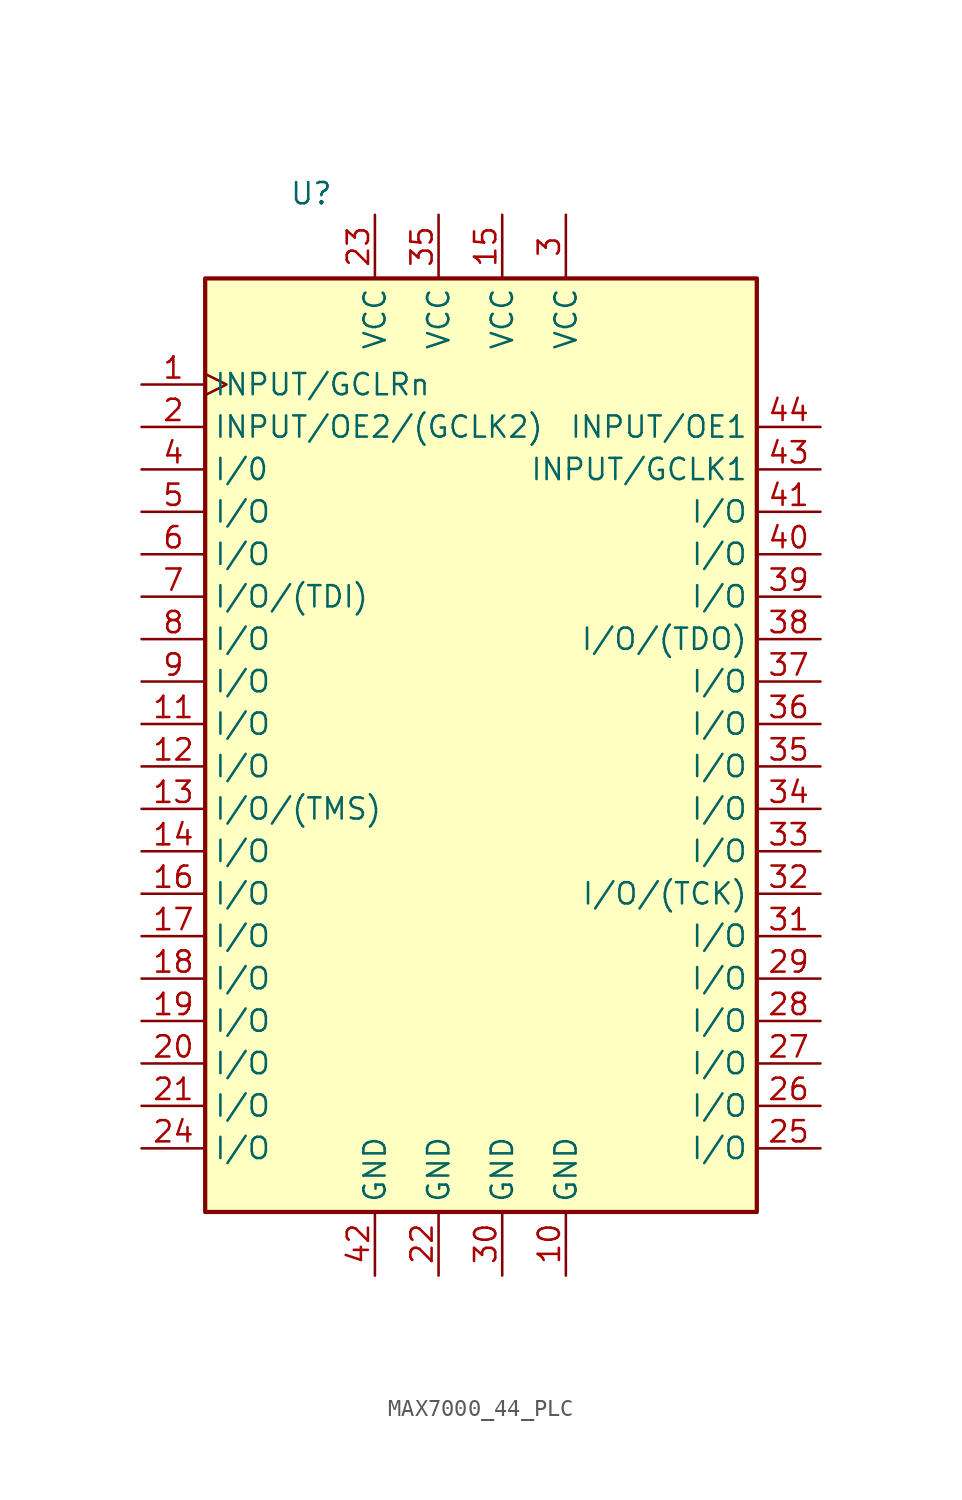
<source format=kicad_sym>
(kicad_symbol_lib
  (version 20220914)
  (generator kicad_symbol_editor)
  (symbol "MAX7000_44_PLC"
    (property "Reference" "U"
      (at -8.89 35.56 0)
      (effects (font (size 1.27 1.27))))
    (property "Value" ""
      (at 0 0 0)
      (effects (font (size 1.27 1.27))))
    (symbol "MAX7000_44_PLC_0_1"
      (rectangle (start -15.24 30.48) (end 17.78 -25.4) (stroke (width 0.254) (type default)) (fill (type background))))
    (symbol "MAX7000_44_PLC_1_1"
      (pin input clock (at -19.05 24.13 0) (length 3.81) (name "INPUT/GCLRn" (effects (font (size 1.27 1.27)))) (number "1" (effects (font (size 1.27 1.27)))))
      (pin power_in line (at 6.35 -29.21 90) (length 3.81) (name "GND" (effects (font (size 1.27 1.27)))) (number "10" (effects (font (size 1.27 1.27)))))
      (pin bidirectional line (at -19.05 3.81 0) (length 3.81) (name "I/O" (effects (font (size 1.27 1.27)))) (number "11" (effects (font (size 1.27 1.27)))))
      (pin bidirectional line (at -19.05 1.27 0) (length 3.81) (name "I/O" (effects (font (size 1.27 1.27)))) (number "12" (effects (font (size 1.27 1.27)))))
      (pin bidirectional line (at -19.05 -1.27 0) (length 3.81) (name "I/O/(TMS)" (effects (font (size 1.27 1.27)))) (number "13" (effects (font (size 1.27 1.27)))))
      (pin bidirectional line (at -19.05 -3.81 0) (length 3.81) (name "I/O" (effects (font (size 1.27 1.27)))) (number "14" (effects (font (size 1.27 1.27)))))
      (pin power_in line (at 2.54 34.29 270) (length 3.81) (name "VCC" (effects (font (size 1.27 1.27)))) (number "15" (effects (font (size 1.27 1.27)))))
      (pin bidirectional line (at -19.05 -6.35 0) (length 3.81) (name "I/O" (effects (font (size 1.27 1.27)))) (number "16" (effects (font (size 1.27 1.27)))))
      (pin bidirectional line (at -19.05 -8.89 0) (length 3.81) (name "I/O" (effects (font (size 1.27 1.27)))) (number "17" (effects (font (size 1.27 1.27)))))
      (pin bidirectional line (at -19.05 -11.43 0) (length 3.81) (name "I/O" (effects (font (size 1.27 1.27)))) (number "18" (effects (font (size 1.27 1.27)))))
      (pin bidirectional line (at -19.05 -13.97 0) (length 3.81) (name "I/O" (effects (font (size 1.27 1.27)))) (number "19" (effects (font (size 1.27 1.27)))))
      (pin input line (at -19.05 21.59 0) (length 3.81) (name "INPUT/OE2/(GCLK2)" (effects (font (size 1.27 1.27)))) (number "2" (effects (font (size 1.27 1.27)))))
      (pin bidirectional line (at -19.05 -16.51 0) (length 3.81) (name "I/O" (effects (font (size 1.27 1.27)))) (number "20" (effects (font (size 1.27 1.27)))))
      (pin bidirectional line (at -19.05 -19.05 0) (length 3.81) (name "I/O" (effects (font (size 1.27 1.27)))) (number "21" (effects (font (size 1.27 1.27)))))
      (pin power_in line (at -1.27 -29.21 90) (length 3.81) (name "GND" (effects (font (size 1.27 1.27)))) (number "22" (effects (font (size 1.27 1.27)))))
      (pin power_in line (at -5.08 34.29 270) (length 3.81) (name "VCC" (effects (font (size 1.27 1.27)))) (number "23" (effects (font (size 1.27 1.27)))))
      (pin bidirectional line (at -19.05 -21.59 0) (length 3.81) (name "I/O" (effects (font (size 1.27 1.27)))) (number "24" (effects (font (size 1.27 1.27)))))
      (pin input line (at 21.59 -21.59 180) (length 3.81) (name "I/O" (effects (font (size 1.27 1.27)))) (number "25" (effects (font (size 1.27 1.27)))))
      (pin input line (at 21.59 -19.05 180) (length 3.81) (name "I/O" (effects (font (size 1.27 1.27)))) (number "26" (effects (font (size 1.27 1.27)))))
      (pin input line (at 21.59 -16.51 180) (length 3.81) (name "I/O" (effects (font (size 1.27 1.27)))) (number "27" (effects (font (size 1.27 1.27)))))
      (pin input line (at 21.59 -13.97 180) (length 3.81) (name "I/O" (effects (font (size 1.27 1.27)))) (number "28" (effects (font (size 1.27 1.27)))))
      (pin input line (at 21.59 -11.43 180) (length 3.81) (name "I/O" (effects (font (size 1.27 1.27)))) (number "29" (effects (font (size 1.27 1.27)))))
      (pin power_in line (at 6.35 34.29 270) (length 3.81) (name "VCC" (effects (font (size 1.27 1.27)))) (number "3" (effects (font (size 1.27 1.27)))))
      (pin power_in line (at 2.54 -29.21 90) (length 3.81) (name "GND" (effects (font (size 1.27 1.27)))) (number "30" (effects (font (size 1.27 1.27)))))
      (pin input line (at 21.59 -8.89 180) (length 3.81) (name "I/O" (effects (font (size 1.27 1.27)))) (number "31" (effects (font (size 1.27 1.27)))))
      (pin input line (at 21.59 -6.35 180) (length 3.81) (name "I/O/(TCK)" (effects (font (size 1.27 1.27)))) (number "32" (effects (font (size 1.27 1.27)))))
      (pin input line (at 21.59 -3.81 180) (length 3.81) (name "I/O" (effects (font (size 1.27 1.27)))) (number "33" (effects (font (size 1.27 1.27)))))
      (pin input line (at 21.59 -1.27 180) (length 3.81) (name "I/O" (effects (font (size 1.27 1.27)))) (number "34" (effects (font (size 1.27 1.27)))))
      (pin input line (at 21.59 1.27 180) (length 3.81) (name "I/O" (effects (font (size 1.27 1.27)))) (number "35" (effects (font (size 1.27 1.27)))))
      (pin power_in line (at -1.27 34.29 270) (length 3.81) (name "VCC" (effects (font (size 1.27 1.27)))) (number "35" (effects (font (size 1.27 1.27)))))
      (pin input line (at 21.59 3.81 180) (length 3.81) (name "I/O" (effects (font (size 1.27 1.27)))) (number "36" (effects (font (size 1.27 1.27)))))
      (pin input line (at 21.59 6.35 180) (length 3.81) (name "I/O" (effects (font (size 1.27 1.27)))) (number "37" (effects (font (size 1.27 1.27)))))
      (pin bidirectional line (at 21.59 8.89 180) (length 3.81) (name "I/O/(TDO)" (effects (font (size 1.27 1.27)))) (number "38" (effects (font (size 1.27 1.27)))))
      (pin bidirectional line (at 21.59 11.43 180) (length 3.81) (name "I/O" (effects (font (size 1.27 1.27)))) (number "39" (effects (font (size 1.27 1.27)))))
      (pin bidirectional line (at -19.05 19.05 0) (length 3.81) (name "I/0" (effects (font (size 1.27 1.27)))) (number "4" (effects (font (size 1.27 1.27)))))
      (pin bidirectional line (at 21.59 13.97 180) (length 3.81) (name "I/O" (effects (font (size 1.27 1.27)))) (number "40" (effects (font (size 1.27 1.27)))))
      (pin bidirectional line (at 21.59 16.51 180) (length 3.81) (name "I/O" (effects (font (size 1.27 1.27)))) (number "41" (effects (font (size 1.27 1.27)))))
      (pin power_in line (at -5.08 -29.21 90) (length 3.81) (name "GND" (effects (font (size 1.27 1.27)))) (number "42" (effects (font (size 1.27 1.27)))))
      (pin input line (at 21.59 19.05 180) (length 3.81) (name "INPUT/GCLK1" (effects (font (size 1.27 1.27)))) (number "43" (effects (font (size 1.27 1.27)))))
      (pin input line (at 21.59 21.59 180) (length 3.81) (name "INPUT/OE1" (effects (font (size 1.27 1.27)))) (number "44" (effects (font (size 1.27 1.27)))))
      (pin bidirectional line (at -19.05 16.51 0) (length 3.81) (name "I/O" (effects (font (size 1.27 1.27)))) (number "5" (effects (font (size 1.27 1.27)))))
      (pin bidirectional line (at -19.05 13.97 0) (length 3.81) (name "I/O" (effects (font (size 1.27 1.27)))) (number "6" (effects (font (size 1.27 1.27)))))
      (pin bidirectional line (at -19.05 11.43 0) (length 3.81) (name "I/O/(TDI)" (effects (font (size 1.27 1.27)))) (number "7" (effects (font (size 1.27 1.27)))))
      (pin bidirectional line (at -19.05 8.89 0) (length 3.81) (name "I/O" (effects (font (size 1.27 1.27)))) (number "8" (effects (font (size 1.27 1.27)))))
      (pin bidirectional line (at -19.05 6.35 0) (length 3.81) (name "I/O" (effects (font (size 1.27 1.27)))) (number "9" (effects (font (size 1.27 1.27))))))))
</source>
